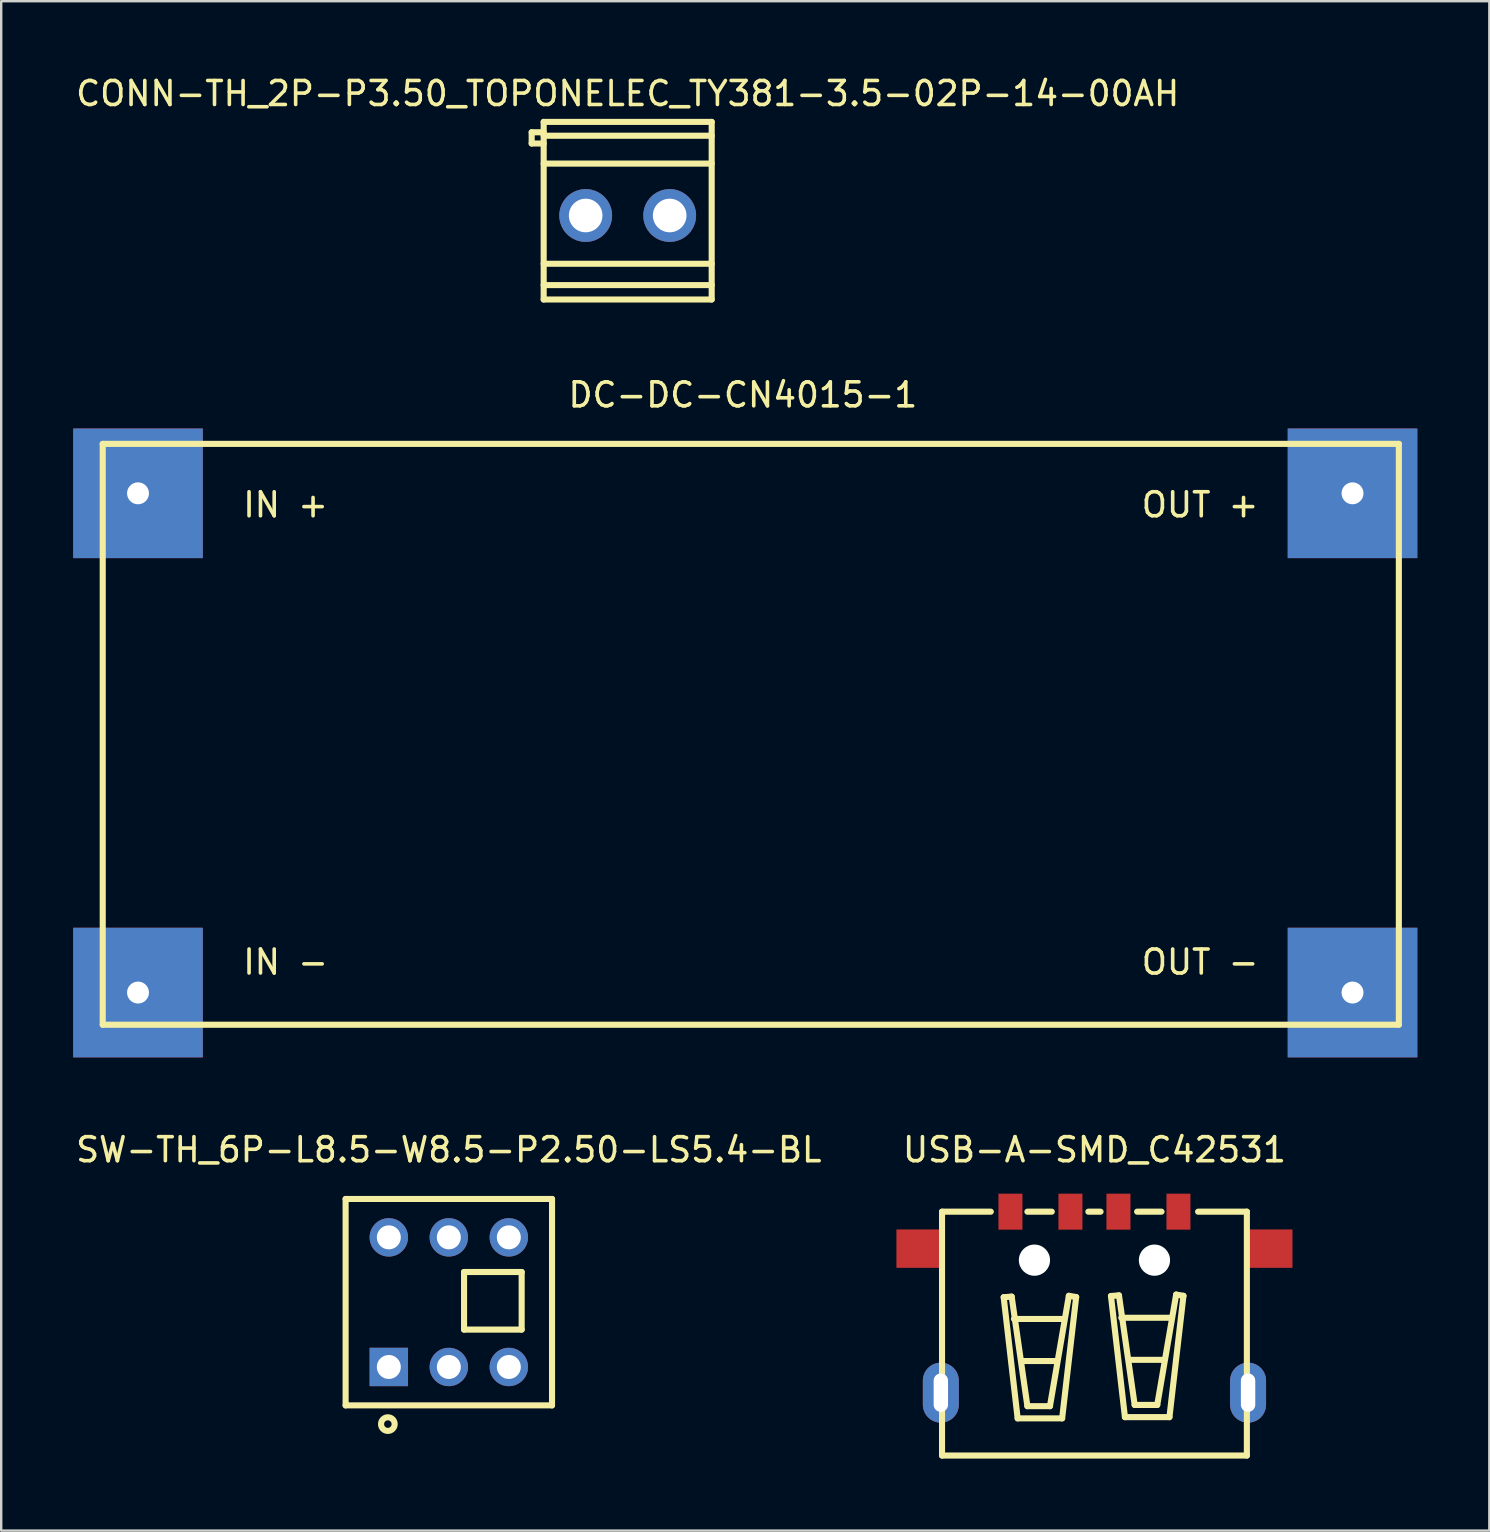
<source format=kicad_pcb>
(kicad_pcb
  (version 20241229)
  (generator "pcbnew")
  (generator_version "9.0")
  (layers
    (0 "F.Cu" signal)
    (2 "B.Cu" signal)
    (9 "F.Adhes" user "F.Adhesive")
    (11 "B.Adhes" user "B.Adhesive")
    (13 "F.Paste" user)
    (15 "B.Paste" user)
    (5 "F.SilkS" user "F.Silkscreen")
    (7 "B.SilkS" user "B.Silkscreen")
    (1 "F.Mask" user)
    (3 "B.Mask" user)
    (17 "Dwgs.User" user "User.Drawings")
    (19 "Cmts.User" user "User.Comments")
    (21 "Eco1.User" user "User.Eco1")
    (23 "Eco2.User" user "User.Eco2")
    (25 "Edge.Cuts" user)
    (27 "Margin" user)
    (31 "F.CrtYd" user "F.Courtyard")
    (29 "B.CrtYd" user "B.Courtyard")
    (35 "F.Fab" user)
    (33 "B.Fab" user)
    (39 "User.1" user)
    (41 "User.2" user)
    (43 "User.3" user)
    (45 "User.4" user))
  (footprint "USB-A-SMD_C42531"
    (layer "F.Cu")
    (at 42.548 49.932)
    (property "Reference" "USB-A-SMD_C42531" (at 0 -5.08 0) (layer "F.SilkS") (effects (font (size 1 1) (thickness 0.15))))
    (attr through_hole)
    (fp_line (start -6.35 -2.5) (end -6.35 7.66) (stroke (width 0.254) (type solid)) (layer "F.SilkS"))
    (fp_line (start -6.35 7.66) (end 6.35 7.66) (stroke (width 0.254) (type solid)) (layer "F.SilkS"))
    (fp_line (start -4.318 -2.5) (end -6.35 -2.5) (stroke (width 0.254) (type solid)) (layer "F.SilkS"))
    (fp_line (start -3.782 1.064) (end -3.2 6.111) (stroke (width 0.254) (type solid)) (layer "F.SilkS"))
    (fp_line (start -3.449 1.038) (end -3.782 1.064) (stroke (width 0.254) (type solid)) (layer "F.SilkS"))
    (fp_line (start -3.353 1.97) (end -1.27 1.97) (stroke (width 0.254) (type solid)) (layer "F.SilkS"))
    (fp_line (start -3.2 6.111) (end -1.346 6.111) (stroke (width 0.254) (type solid)) (layer "F.SilkS"))
    (fp_line (start -3.023 3.723) (end -1.575 3.723) (stroke (width 0.254) (type solid)) (layer "F.SilkS"))
    (fp_line (start -2.794 -2.5) (end -1.778 -2.5) (stroke (width 0.254) (type solid)) (layer "F.SilkS"))
    (fp_line (start -2.794 5.603) (end -3.449 1.038) (stroke (width 0.254) (type solid)) (layer "F.SilkS"))
    (fp_line (start -1.854 5.603) (end -2.794 5.603) (stroke (width 0.254) (type solid)) (layer "F.SilkS"))
    (fp_line (start -1.346 6.111) (end -0.762 1.056) (stroke (width 0.254) (type solid)) (layer "F.SilkS"))
    (fp_line (start -1.067 1.005) (end -1.854 5.603) (stroke (width 0.254) (type solid)) (layer "F.SilkS"))
    (fp_line (start -0.762 1.056) (end -1.067 1.005) (stroke (width 0.254) (type solid)) (layer "F.SilkS"))
    (fp_line (start -0.254 -2.5) (end 0.254 -2.5) (stroke (width 0.254) (type solid)) (layer "F.SilkS"))
    (fp_line (start 0.688 1.013) (end 1.021 0.987) (stroke (width 0.254) (type solid)) (layer "F.SilkS"))
    (fp_line (start 1.021 0.987) (end 1.676 5.552) (stroke (width 0.254) (type solid)) (layer "F.SilkS"))
    (fp_line (start 1.118 1.92) (end 3.2 1.92) (stroke (width 0.254) (type solid)) (layer "F.SilkS"))
    (fp_line (start 1.27 6.06) (end 0.688 1.013) (stroke (width 0.254) (type solid)) (layer "F.SilkS"))
    (fp_line (start 1.448 3.672) (end 2.896 3.672) (stroke (width 0.254) (type solid)) (layer "F.SilkS"))
    (fp_line (start 1.676 5.552) (end 2.616 5.552) (stroke (width 0.254) (type solid)) (layer "F.SilkS"))
    (fp_line (start 2.616 5.552) (end 3.404 0.954) (stroke (width 0.254) (type solid)) (layer "F.SilkS"))
    (fp_line (start 2.794 -2.5) (end 1.778 -2.5) (stroke (width 0.254) (type solid)) (layer "F.SilkS"))
    (fp_line (start 3.124 6.06) (end 1.27 6.06) (stroke (width 0.254) (type solid)) (layer "F.SilkS"))
    (fp_line (start 3.404 0.954) (end 3.708 1.005) (stroke (width 0.254) (type solid)) (layer "F.SilkS"))
    (fp_line (start 3.708 1.005) (end 3.124 6.06) (stroke (width 0.254) (type solid)) (layer "F.SilkS"))
    (fp_line (start 6.35 -2.5) (end 4.318 -2.5) (stroke (width 0.254) (type solid)) (layer "F.SilkS"))
    (fp_line (start 6.35 7.66) (end 6.35 -2.5) (stroke (width 0.254) (type solid)) (layer "F.SilkS"))
    (pad "" np_thru_hole circle (at -2.5 -0.48) (size 1.3 1.3) (drill 1.3) (layers "*.Cu" "*.Mask"))
    (pad "" np_thru_hole circle (at 2.5 -0.48) (size 1.3 1.3) (drill 1.3) (layers "*.Cu" "*.Mask"))
    (pad "1" smd rect (at -3.5 -2.5) (size 1 1.5) (layers "F.Cu" "F.Mask" "F.Paste"))
    (pad "2" smd rect (at -1 -2.5) (size 1 1.5) (layers "F.Cu" "F.Mask" "F.Paste"))
    (pad "3" smd rect (at 1 -2.5) (size 1 1.5) (layers "F.Cu" "F.Mask" "F.Paste"))
    (pad "4" smd rect (at 3.5 -2.5) (size 1 1.5) (layers "F.Cu" "F.Mask" "F.Paste"))
    (pad "5" thru_hole oval (at 6.4 5.04) (size 1.5 2.5) (drill oval 0.6 1.601) (layers "*.Cu" "*.Mask"))
    (pad "6" thru_hole oval (at -6.4 5.04) (size 1.5 2.5) (drill oval 0.6 1.601) (layers "*.Cu" "*.Paste" "*.Mask"))
    (pad "7" smd rect (at -7.25 -0.96) (size 2 1.6) (layers "F.Cu" "F.Mask" "F.Paste"))
    (pad "8" smd rect (at 7.25 -0.96) (size 2 1.6) (layers "F.Cu" "F.Mask" "F.Paste")))
  (footprint "SW-TH_6P-L8.5-W8.5-P2.50-LS5.4-BL"
    (layer "F.Cu")
    (at 15.649 51.202)
    (property "Reference" "SW-TH_6P-L8.5-W8.5-P2.50-LS5.4-BL" (at 0 -6.35 0) (layer "F.SilkS") (effects (font (size 1 1) (thickness 0.15))))
    (attr through_hole)
    (fp_line (start -4.3 -4.3) (end 4.3 -4.3) (stroke (width 0.254) (type solid)) (layer "F.SilkS"))
    (fp_line (start -4.3 4.3) (end -4.3 -4.3) (stroke (width 0.254) (type solid)) (layer "F.SilkS"))
    (fp_line (start 0.635 -1.257) (end 3.035 -1.257) (stroke (width 0.254) (type solid)) (layer "F.SilkS"))
    (fp_line (start 0.635 1.143) (end 0.635 -1.257) (stroke (width 0.254) (type solid)) (layer "F.SilkS"))
    (fp_line (start 3.035 -1.257) (end 3.035 1.143) (stroke (width 0.254) (type solid)) (layer "F.SilkS"))
    (fp_line (start 3.035 1.143) (end 0.635 1.143) (stroke (width 0.254) (type solid)) (layer "F.SilkS"))
    (fp_line (start 4.3 -4.3) (end 4.3 4.3) (stroke (width 0.254) (type solid)) (layer "F.SilkS"))
    (fp_line (start 4.3 4.3) (end -4.3 4.3) (stroke (width 0.254) (type solid)) (layer "F.SilkS"))
    (fp_circle (center -2.54 5.08) (end -2.256 5.08) (stroke (width 0.254) (type solid)) (fill no) (layer "F.SilkS"))
    (pad "1" thru_hole rect (at -2.5 2.7 180) (size 1.6 1.6) (drill 1) (layers "*.Cu" "*.Paste" "*.Mask"))
    (pad "2" thru_hole circle (at 0 2.7 180) (size 1.6 1.6) (drill 1) (layers "*.Cu" "*.Paste" "*.Mask"))
    (pad "3" thru_hole circle (at 2.5 2.7 180) (size 1.6 1.6) (drill 1) (layers "*.Cu" "*.Paste" "*.Mask"))
    (pad "4" thru_hole circle (at 2.5 -2.7 180) (size 1.6 1.6) (drill 1) (layers "*.Cu" "*.Paste" "*.Mask"))
    (pad "5" thru_hole circle (at 0 -2.7 180) (size 1.6 1.6) (drill 1) (layers "*.Cu" "*.Paste" "*.Mask"))
    (pad "6" thru_hole circle (at -2.5 -2.7 180) (size 1.6 1.6) (drill 1) (layers "*.Cu" "*.Paste" "*.Mask")))
  (footprint "DC-DC-CN4015-1"
    (layer "F.Cu")
    (at 27.9 28.143)
    (property "Reference" "DC-DC-CN4015-1" (at 0 -14.74 0) (layer "F.SilkS") (effects (font (size 1 1) (thickness 0.15))))
    (attr through_hole)
    (fp_line (start -26.67 -12.7) (end 27.33 -12.7) (stroke (width 0.254) (type solid)) (layer "F.SilkS"))
    (fp_line (start -26.67 11.5) (end -26.67 -12.7) (stroke (width 0.254) (type solid)) (layer "F.SilkS"))
    (fp_line (start 27.33 -12.7) (end 27.33 11.5) (stroke (width 0.254) (type solid)) (layer "F.SilkS"))
    (fp_line (start 27.33 11.5) (end -26.67 11.5) (stroke (width 0.254) (type solid)) (layer "F.SilkS"))
    (fp_text user "IN +" (at -19.05 -10.16 0) (layer "F.SilkS") (effects (font (size 1 1) (thickness 0.15))))
    (fp_text user "OUT -" (at 19.05 8.89 0) (layer "F.SilkS") (effects (font (size 1 1) (thickness 0.15))))
    (fp_text user "OUT +" (at 19.05 -10.16 0) (layer "F.SilkS") (effects (font (size 1 1) (thickness 0.15))))
    (fp_text user "IN -" (at -19.05 8.89 0) (layer "F.SilkS") (effects (font (size 1 1) (thickness 0.15))))
    (pad "1" thru_hole rect (at -25.2 -10.64) (size 5.4 5.4) (drill 0.914) (layers "*.Cu" "*.Paste" "*.Mask"))
    (pad "2" thru_hole rect (at -25.2 10.16) (size 5.4 5.4) (drill 0.914) (layers "*.Cu" "*.Paste" "*.Mask"))
    (pad "3" thru_hole rect (at 25.4 -10.64) (size 5.4 5.4) (drill 0.914) (layers "*.Cu" "*.Paste" "*.Mask"))
    (pad "4" thru_hole rect (at 25.4 10.16) (size 5.4 5.4) (drill 0.914) (layers "*.Cu" "*.Paste" "*.Mask")))
  (footprint "CONN-TH_2P-P3.50_TOPONELEC_TY381-3.5-02P-14-00AH"
    (layer "F.Cu")
    (at 23.101 5.928)
    (property "Reference" "CONN-TH_2P-P3.50_TOPONELEC_TY381-3.5-02P-14-00AH" (at 0 -5.08 0) (layer "F.SilkS") (effects (font (size 1 1) (thickness 0.15))))
    (attr through_hole)
    (fp_line (start -4 -3.468) (end -4 -3) (stroke (width 0.254) (type solid)) (layer "F.SilkS"))
    (fp_line (start -4 -3) (end -3.5 -3) (stroke (width 0.254) (type solid)) (layer "F.SilkS"))
    (fp_line (start -3.5 -3.9) (end -3.5 3.5) (stroke (width 0.254) (type solid)) (layer "F.SilkS"))
    (fp_line (start -3.5 -3.9) (end 3.5 -3.9) (stroke (width 0.254) (type solid)) (layer "F.SilkS"))
    (fp_line (start -3.5 -3.468) (end -4 -3.468) (stroke (width 0.254) (type solid)) (layer "F.SilkS"))
    (fp_line (start -3.5 -3.323) (end 3.5 -3.323) (stroke (width 0.254) (type solid)) (layer "F.SilkS"))
    (fp_line (start -3.5 -2.162) (end 3.5 -2.162) (stroke (width 0.254) (type solid)) (layer "F.SilkS"))
    (fp_line (start -3.5 2.011) (end 3.5 2.011) (stroke (width 0.254) (type solid)) (layer "F.SilkS"))
    (fp_line (start -3.5 2.9) (end 3.5 2.9) (stroke (width 0.254) (type solid)) (layer "F.SilkS"))
    (fp_line (start -3.5 3.5) (end 3.5 3.5) (stroke (width 0.254) (type solid)) (layer "F.SilkS"))
    (fp_line (start 3.5 -3.9) (end 3.5 3.5) (stroke (width 0.254) (type solid)) (layer "F.SilkS"))
    (pad "1" thru_hole circle (at -1.75 0) (size 2.2 2.2) (drill 1.4) (layers "*.Cu" "*.Paste" "*.Mask"))
    (pad "2" thru_hole circle (at 1.75 0) (size 2.2 2.2) (drill 1.4) (layers "*.Cu" "*.Paste" "*.Mask")))
  (gr_rect
    (start -3 -3)
    (end 59 60.719)
    (stroke (width 0.1) (type default))
    (fill no)
    (layer "Edge.Cuts")))
</source>
